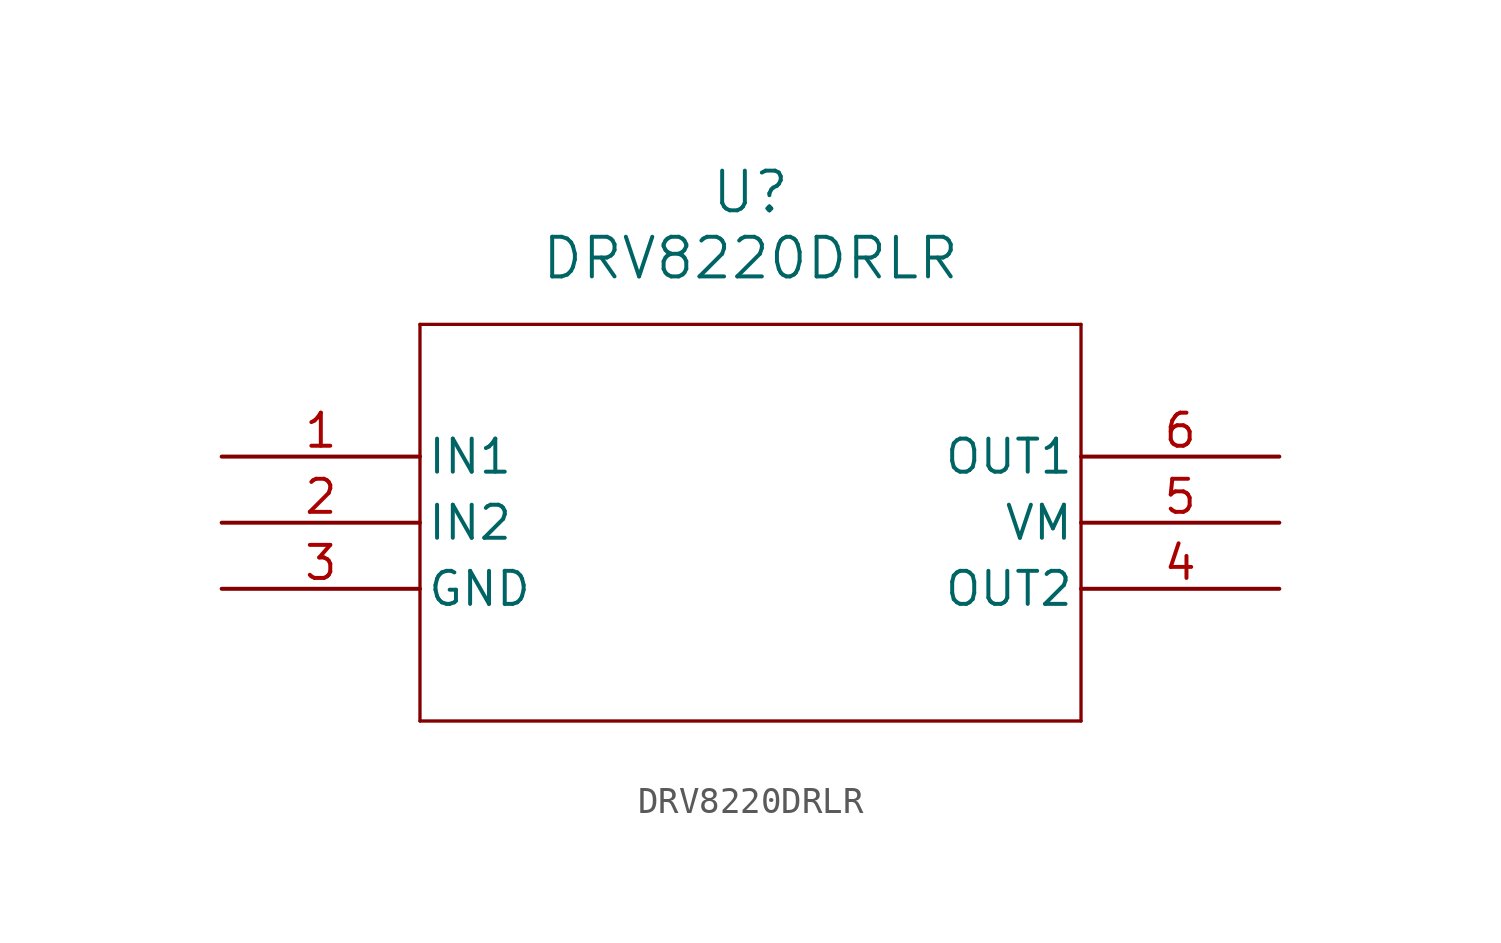
<source format=kicad_sym>
(kicad_symbol_lib
  (version 20211014)
  (generator kicad_symbol_editor)
  (symbol "DRV8220DRLR"
    (pin_names
      (offset 0.254))
    (property "Reference" "U"
      (at 20.32 10.16 0)
      (effects (font (size 1.524 1.524))))
    (property "Value" "DRV8220DRLR"
      (at 20.32 7.62 0)
      (effects (font (size 1.524 1.524))))
    (symbol "DRV8220DRLR_0_1"
      (polyline (pts (xy 7.62 5.08) (xy 7.62 -10.16)) (stroke (width 0.127) (type default) (color 0 0 0 0)) (fill (type none)))
      (polyline (pts (xy 7.62 -10.16) (xy 33.02 -10.16)) (stroke (width 0.127) (type default) (color 0 0 0 0)) (fill (type none)))
      (polyline (pts (xy 33.02 -10.16) (xy 33.02 5.08)) (stroke (width 0.127) (type default) (color 0 0 0 0)) (fill (type none)))
      (polyline (pts (xy 33.02 5.08) (xy 7.62 5.08)) (stroke (width 0.127) (type default) (color 0 0 0 0)) (fill (type none)))
      (pin input line (at 0 0 0) (length 7.62) (name "IN1" (effects (font (size 1.27 1.27)))) (number "1" (effects (font (size 1.27 1.27)))))
      (pin input line (at 0 -2.54 0) (length 7.62) (name "IN2" (effects (font (size 1.27 1.27)))) (number "2" (effects (font (size 1.27 1.27)))))
      (pin power_out line (at 0 -5.08 0) (length 7.62) (name "GND" (effects (font (size 1.27 1.27)))) (number "3" (effects (font (size 1.27 1.27)))))
      (pin output line (at 40.64 -5.08 180) (length 7.62) (name "OUT2" (effects (font (size 1.27 1.27)))) (number "4" (effects (font (size 1.27 1.27)))))
      (pin power_in line (at 40.64 -2.54 180) (length 7.62) (name "VM" (effects (font (size 1.27 1.27)))) (number "5" (effects (font (size 1.27 1.27)))))
      (pin output line (at 40.64 0 180) (length 7.62) (name "OUT1" (effects (font (size 1.27 1.27)))) (number "6" (effects (font (size 1.27 1.27))))))))
</source>
